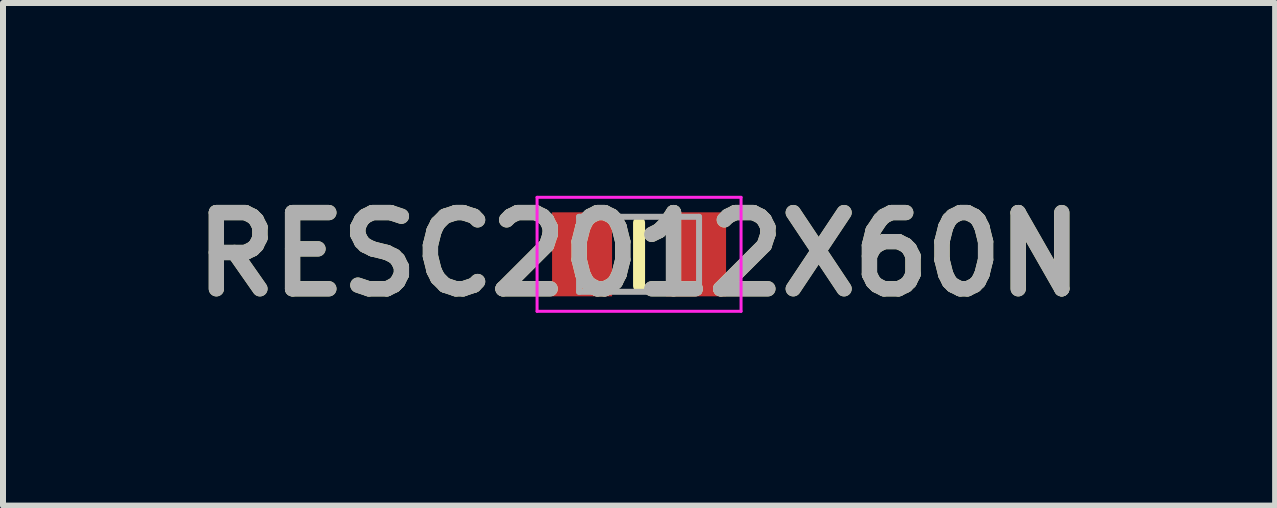
<source format=kicad_pcb>
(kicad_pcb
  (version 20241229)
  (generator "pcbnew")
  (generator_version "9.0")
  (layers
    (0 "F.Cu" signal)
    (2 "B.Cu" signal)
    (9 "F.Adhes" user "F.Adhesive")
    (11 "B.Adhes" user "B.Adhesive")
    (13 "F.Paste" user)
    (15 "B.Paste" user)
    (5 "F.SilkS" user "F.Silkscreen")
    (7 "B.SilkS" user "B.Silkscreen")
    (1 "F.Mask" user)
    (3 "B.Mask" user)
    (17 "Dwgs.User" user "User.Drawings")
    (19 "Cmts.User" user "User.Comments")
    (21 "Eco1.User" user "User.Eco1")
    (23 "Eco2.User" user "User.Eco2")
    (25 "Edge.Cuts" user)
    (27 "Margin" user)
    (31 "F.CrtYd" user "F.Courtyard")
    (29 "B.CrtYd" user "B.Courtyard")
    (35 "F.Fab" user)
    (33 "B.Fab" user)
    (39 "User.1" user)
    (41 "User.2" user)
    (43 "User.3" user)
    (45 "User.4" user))
  (footprint "RESC2012X60N"
    (layer "F.Cu")
    (at 7.602 1.189)
    (property "Reference" "RESC2012X60N" (at 0 0 0) (layer "F.SilkS") (effects (font (size 1.27 1.27) (thickness 0.254))))
    (attr smd)
    (fp_line (start 0 -0.525) (end 0 0.525) (stroke (width 0.2) (type solid)) (layer "F.SilkS"))
    (fp_line (start -1.7 -0.95) (end 1.7 -0.95) (stroke (width 0.05) (type solid)) (layer "F.CrtYd"))
    (fp_line (start -1.7 0.95) (end -1.7 -0.95) (stroke (width 0.05) (type solid)) (layer "F.CrtYd"))
    (fp_line (start 1.7 -0.95) (end 1.7 0.95) (stroke (width 0.05) (type solid)) (layer "F.CrtYd"))
    (fp_line (start 1.7 0.95) (end -1.7 0.95) (stroke (width 0.05) (type solid)) (layer "F.CrtYd"))
    (fp_line (start -1 -0.625) (end 1 -0.625) (stroke (width 0.1) (type solid)) (layer "F.Fab"))
    (fp_line (start -1 0.625) (end -1 -0.625) (stroke (width 0.1) (type solid)) (layer "F.Fab"))
    (fp_line (start 1 -0.625) (end 1 0.625) (stroke (width 0.1) (type solid)) (layer "F.Fab"))
    (fp_line (start 1 0.625) (end -1 0.625) (stroke (width 0.1) (type solid)) (layer "F.Fab"))
    (fp_text user "${REFERENCE}" (at 0 0 0) (layer "F.Fab") (effects (font (size 1.27 1.27) (thickness 0.254))))
    (pad "1" smd rect (at -0.95 0) (size 1 1.4) (layers "F.Cu" "F.Mask" "F.Paste"))
    (pad "2" smd rect (at 0.95 0) (size 1 1.4) (layers "F.Cu" "F.Mask" "F.Paste")))
  (gr_rect
    (start -3 -3)
    (end 18.204 5.377)
    (stroke (width 0.1) (type default))
    (fill no)
    (layer "Edge.Cuts")))
</source>
